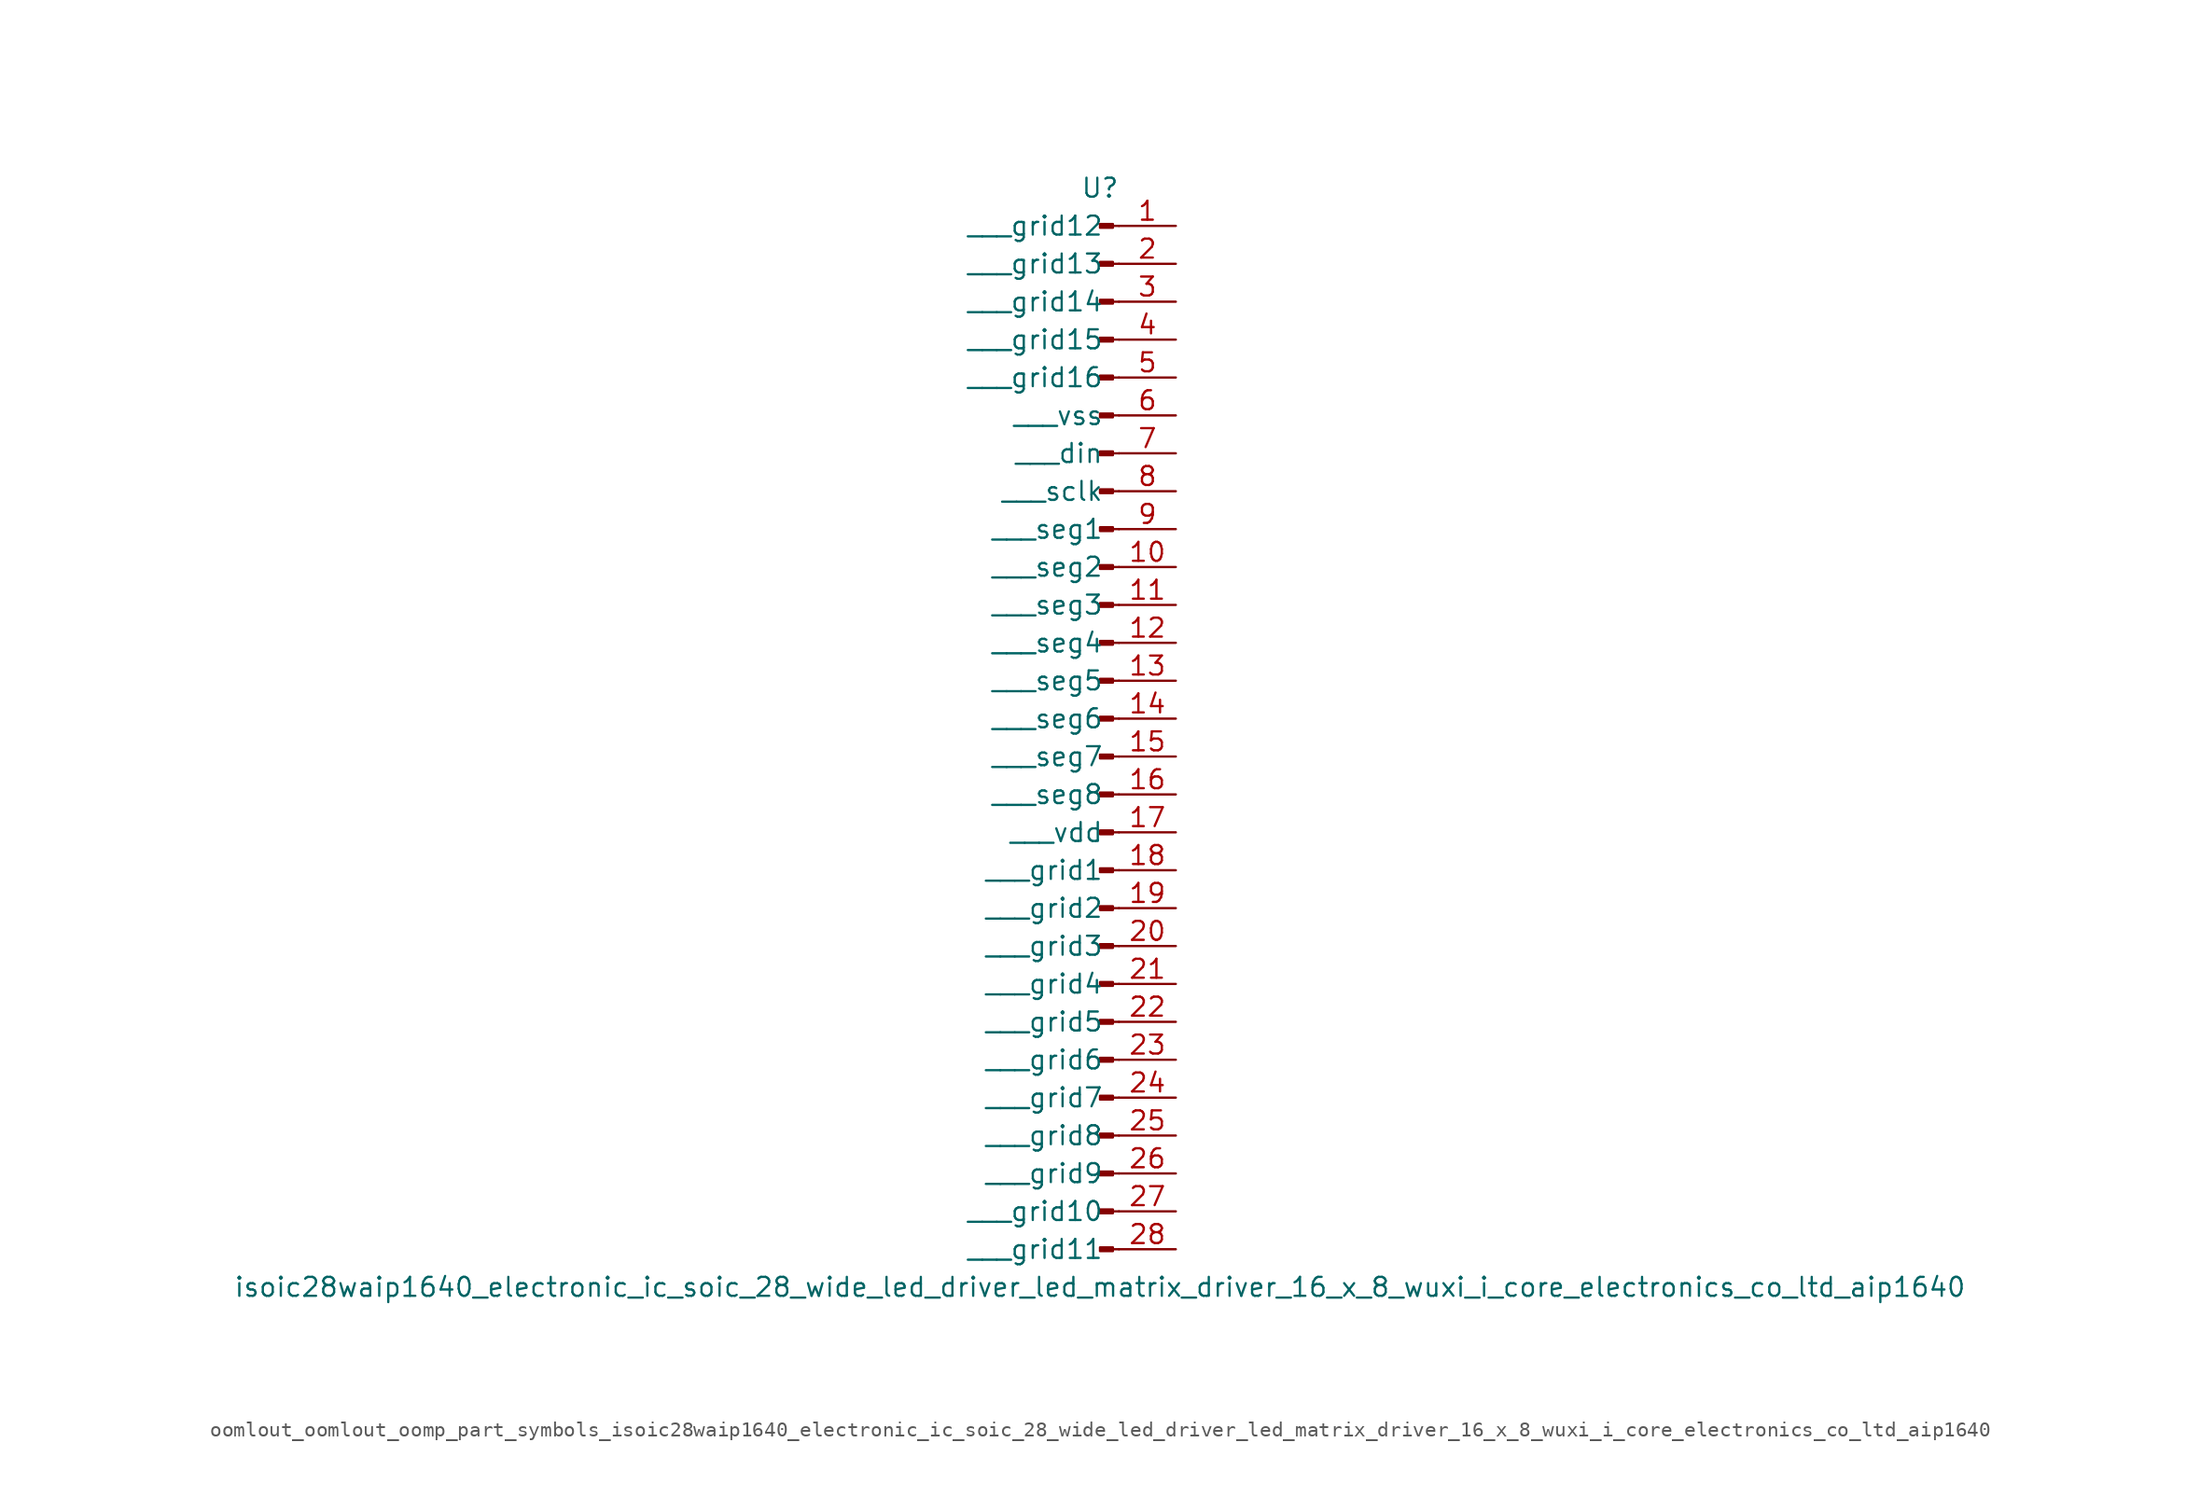
<source format=kicad_sym>
(kicad_symbol_lib
  (version 20220914)
  (generator kicad_symbol_editor)
  (symbol "oomlout_oomlout_oomp_part_symbols_isoic28waip1640_electronic_ic_soic_28_wide_led_driver_led_matrix_driver_16_x_8_wuxi_i_core_electronics_co_ltd_aip1640"
    (pin_names
      (offset 1.016))
    (property "Reference" "U"
      (at 0 35.56 0)
      (effects (font (size 1.27 1.27))))
    (property "Value" "isoic28waip1640_electronic_ic_soic_28_wide_led_driver_led_matrix_driver_16_x_8_wuxi_i_core_electronics_co_ltd_aip1640"
      (at 0 -38.1 0)
      (effects (font (size 1.27 1.27))))
    (property "ki_locked" ""
      (at 0 0 0)
      (effects (font (size 1.27 1.27))))
    (symbol "oomlout_oomlout_oomp_part_symbols_isoic28waip1640_electronic_ic_soic_28_wide_led_driver_led_matrix_driver_16_x_8_wuxi_i_core_electronics_co_ltd_aip1640_1_1"
      (polyline (pts (xy 1.27 -35.56) (xy 0.864 -35.56)) (stroke (width 0.152) (type default)) (fill (type none)))
      (polyline (pts (xy 1.27 -33.02) (xy 0.864 -33.02)) (stroke (width 0.152) (type default)) (fill (type none)))
      (polyline (pts (xy 1.27 -30.48) (xy 0.864 -30.48)) (stroke (width 0.152) (type default)) (fill (type none)))
      (polyline (pts (xy 1.27 -27.94) (xy 0.864 -27.94)) (stroke (width 0.152) (type default)) (fill (type none)))
      (polyline (pts (xy 1.27 -25.4) (xy 0.864 -25.4)) (stroke (width 0.152) (type default)) (fill (type none)))
      (polyline (pts (xy 1.27 -22.86) (xy 0.864 -22.86)) (stroke (width 0.152) (type default)) (fill (type none)))
      (polyline (pts (xy 1.27 -20.32) (xy 0.864 -20.32)) (stroke (width 0.152) (type default)) (fill (type none)))
      (polyline (pts (xy 1.27 -17.78) (xy 0.864 -17.78)) (stroke (width 0.152) (type default)) (fill (type none)))
      (polyline (pts (xy 1.27 -15.24) (xy 0.864 -15.24)) (stroke (width 0.152) (type default)) (fill (type none)))
      (polyline (pts (xy 1.27 -12.7) (xy 0.864 -12.7)) (stroke (width 0.152) (type default)) (fill (type none)))
      (polyline (pts (xy 1.27 -10.16) (xy 0.864 -10.16)) (stroke (width 0.152) (type default)) (fill (type none)))
      (polyline (pts (xy 1.27 -7.62) (xy 0.864 -7.62)) (stroke (width 0.152) (type default)) (fill (type none)))
      (polyline (pts (xy 1.27 -5.08) (xy 0.864 -5.08)) (stroke (width 0.152) (type default)) (fill (type none)))
      (polyline (pts (xy 1.27 -2.54) (xy 0.864 -2.54)) (stroke (width 0.152) (type default)) (fill (type none)))
      (polyline (pts (xy 1.27 0) (xy 0.864 0)) (stroke (width 0.152) (type default)) (fill (type none)))
      (polyline (pts (xy 1.27 2.54) (xy 0.864 2.54)) (stroke (width 0.152) (type default)) (fill (type none)))
      (polyline (pts (xy 1.27 5.08) (xy 0.864 5.08)) (stroke (width 0.152) (type default)) (fill (type none)))
      (polyline (pts (xy 1.27 7.62) (xy 0.864 7.62)) (stroke (width 0.152) (type default)) (fill (type none)))
      (polyline (pts (xy 1.27 10.16) (xy 0.864 10.16)) (stroke (width 0.152) (type default)) (fill (type none)))
      (polyline (pts (xy 1.27 12.7) (xy 0.864 12.7)) (stroke (width 0.152) (type default)) (fill (type none)))
      (polyline (pts (xy 1.27 15.24) (xy 0.864 15.24)) (stroke (width 0.152) (type default)) (fill (type none)))
      (polyline (pts (xy 1.27 17.78) (xy 0.864 17.78)) (stroke (width 0.152) (type default)) (fill (type none)))
      (polyline (pts (xy 1.27 20.32) (xy 0.864 20.32)) (stroke (width 0.152) (type default)) (fill (type none)))
      (polyline (pts (xy 1.27 22.86) (xy 0.864 22.86)) (stroke (width 0.152) (type default)) (fill (type none)))
      (polyline (pts (xy 1.27 25.4) (xy 0.864 25.4)) (stroke (width 0.152) (type default)) (fill (type none)))
      (polyline (pts (xy 1.27 27.94) (xy 0.864 27.94)) (stroke (width 0.152) (type default)) (fill (type none)))
      (polyline (pts (xy 1.27 30.48) (xy 0.864 30.48)) (stroke (width 0.152) (type default)) (fill (type none)))
      (polyline (pts (xy 1.27 33.02) (xy 0.864 33.02)) (stroke (width 0.152) (type default)) (fill (type none)))
      (rectangle (start 0.864 -35.433) (end 0 -35.687) (stroke (width 0.152) (type default)) (fill (type outline)))
      (rectangle (start 0.864 -32.893) (end 0 -33.147) (stroke (width 0.152) (type default)) (fill (type outline)))
      (rectangle (start 0.864 -30.353) (end 0 -30.607) (stroke (width 0.152) (type default)) (fill (type outline)))
      (rectangle (start 0.864 -27.813) (end 0 -28.067) (stroke (width 0.152) (type default)) (fill (type outline)))
      (rectangle (start 0.864 -25.273) (end 0 -25.527) (stroke (width 0.152) (type default)) (fill (type outline)))
      (rectangle (start 0.864 -22.733) (end 0 -22.987) (stroke (width 0.152) (type default)) (fill (type outline)))
      (rectangle (start 0.864 -20.193) (end 0 -20.447) (stroke (width 0.152) (type default)) (fill (type outline)))
      (rectangle (start 0.864 -17.653) (end 0 -17.907) (stroke (width 0.152) (type default)) (fill (type outline)))
      (rectangle (start 0.864 -15.113) (end 0 -15.367) (stroke (width 0.152) (type default)) (fill (type outline)))
      (rectangle (start 0.864 -12.573) (end 0 -12.827) (stroke (width 0.152) (type default)) (fill (type outline)))
      (rectangle (start 0.864 -10.033) (end 0 -10.287) (stroke (width 0.152) (type default)) (fill (type outline)))
      (rectangle (start 0.864 -7.493) (end 0 -7.747) (stroke (width 0.152) (type default)) (fill (type outline)))
      (rectangle (start 0.864 -4.953) (end 0 -5.207) (stroke (width 0.152) (type default)) (fill (type outline)))
      (rectangle (start 0.864 -2.413) (end 0 -2.667) (stroke (width 0.152) (type default)) (fill (type outline)))
      (rectangle (start 0.864 0.127) (end 0 -0.127) (stroke (width 0.152) (type default)) (fill (type outline)))
      (rectangle (start 0.864 2.667) (end 0 2.413) (stroke (width 0.152) (type default)) (fill (type outline)))
      (rectangle (start 0.864 5.207) (end 0 4.953) (stroke (width 0.152) (type default)) (fill (type outline)))
      (rectangle (start 0.864 7.747) (end 0 7.493) (stroke (width 0.152) (type default)) (fill (type outline)))
      (rectangle (start 0.864 10.287) (end 0 10.033) (stroke (width 0.152) (type default)) (fill (type outline)))
      (rectangle (start 0.864 12.827) (end 0 12.573) (stroke (width 0.152) (type default)) (fill (type outline)))
      (rectangle (start 0.864 15.367) (end 0 15.113) (stroke (width 0.152) (type default)) (fill (type outline)))
      (rectangle (start 0.864 17.907) (end 0 17.653) (stroke (width 0.152) (type default)) (fill (type outline)))
      (rectangle (start 0.864 20.447) (end 0 20.193) (stroke (width 0.152) (type default)) (fill (type outline)))
      (rectangle (start 0.864 22.987) (end 0 22.733) (stroke (width 0.152) (type default)) (fill (type outline)))
      (rectangle (start 0.864 25.527) (end 0 25.273) (stroke (width 0.152) (type default)) (fill (type outline)))
      (rectangle (start 0.864 28.067) (end 0 27.813) (stroke (width 0.152) (type default)) (fill (type outline)))
      (rectangle (start 0.864 30.607) (end 0 30.353) (stroke (width 0.152) (type default)) (fill (type outline)))
      (rectangle (start 0.864 33.147) (end 0 32.893) (stroke (width 0.152) (type default)) (fill (type outline)))
      (pin passive line (at 5.08 33.02 180) (length 3.81) (name "   grid12" (effects (font (size 1.27 1.27)))) (number "1" (effects (font (size 1.27 1.27)))))
      (pin passive line (at 5.08 10.16 180) (length 3.81) (name "   seg2" (effects (font (size 1.27 1.27)))) (number "10" (effects (font (size 1.27 1.27)))))
      (pin passive line (at 5.08 7.62 180) (length 3.81) (name "   seg3" (effects (font (size 1.27 1.27)))) (number "11" (effects (font (size 1.27 1.27)))))
      (pin passive line (at 5.08 5.08 180) (length 3.81) (name "   seg4" (effects (font (size 1.27 1.27)))) (number "12" (effects (font (size 1.27 1.27)))))
      (pin passive line (at 5.08 2.54 180) (length 3.81) (name "   seg5" (effects (font (size 1.27 1.27)))) (number "13" (effects (font (size 1.27 1.27)))))
      (pin passive line (at 5.08 0 180) (length 3.81) (name "   seg6" (effects (font (size 1.27 1.27)))) (number "14" (effects (font (size 1.27 1.27)))))
      (pin passive line (at 5.08 -2.54 180) (length 3.81) (name "   seg7" (effects (font (size 1.27 1.27)))) (number "15" (effects (font (size 1.27 1.27)))))
      (pin passive line (at 5.08 -5.08 180) (length 3.81) (name "   seg8" (effects (font (size 1.27 1.27)))) (number "16" (effects (font (size 1.27 1.27)))))
      (pin passive line (at 5.08 -7.62 180) (length 3.81) (name "   vdd" (effects (font (size 1.27 1.27)))) (number "17" (effects (font (size 1.27 1.27)))))
      (pin passive line (at 5.08 -10.16 180) (length 3.81) (name "   grid1" (effects (font (size 1.27 1.27)))) (number "18" (effects (font (size 1.27 1.27)))))
      (pin passive line (at 5.08 -12.7 180) (length 3.81) (name "   grid2" (effects (font (size 1.27 1.27)))) (number "19" (effects (font (size 1.27 1.27)))))
      (pin passive line (at 5.08 30.48 180) (length 3.81) (name "   grid13" (effects (font (size 1.27 1.27)))) (number "2" (effects (font (size 1.27 1.27)))))
      (pin passive line (at 5.08 -15.24 180) (length 3.81) (name "   grid3" (effects (font (size 1.27 1.27)))) (number "20" (effects (font (size 1.27 1.27)))))
      (pin passive line (at 5.08 -17.78 180) (length 3.81) (name "   grid4" (effects (font (size 1.27 1.27)))) (number "21" (effects (font (size 1.27 1.27)))))
      (pin passive line (at 5.08 -20.32 180) (length 3.81) (name "   grid5" (effects (font (size 1.27 1.27)))) (number "22" (effects (font (size 1.27 1.27)))))
      (pin passive line (at 5.08 -22.86 180) (length 3.81) (name "   grid6" (effects (font (size 1.27 1.27)))) (number "23" (effects (font (size 1.27 1.27)))))
      (pin passive line (at 5.08 -25.4 180) (length 3.81) (name "   grid7" (effects (font (size 1.27 1.27)))) (number "24" (effects (font (size 1.27 1.27)))))
      (pin passive line (at 5.08 -27.94 180) (length 3.81) (name "   grid8" (effects (font (size 1.27 1.27)))) (number "25" (effects (font (size 1.27 1.27)))))
      (pin passive line (at 5.08 -30.48 180) (length 3.81) (name "   grid9" (effects (font (size 1.27 1.27)))) (number "26" (effects (font (size 1.27 1.27)))))
      (pin passive line (at 5.08 -33.02 180) (length 3.81) (name "   grid10" (effects (font (size 1.27 1.27)))) (number "27" (effects (font (size 1.27 1.27)))))
      (pin passive line (at 5.08 -35.56 180) (length 3.81) (name "   grid11" (effects (font (size 1.27 1.27)))) (number "28" (effects (font (size 1.27 1.27)))))
      (pin passive line (at 5.08 27.94 180) (length 3.81) (name "   grid14" (effects (font (size 1.27 1.27)))) (number "3" (effects (font (size 1.27 1.27)))))
      (pin passive line (at 5.08 25.4 180) (length 3.81) (name "   grid15" (effects (font (size 1.27 1.27)))) (number "4" (effects (font (size 1.27 1.27)))))
      (pin passive line (at 5.08 22.86 180) (length 3.81) (name "   grid16" (effects (font (size 1.27 1.27)))) (number "5" (effects (font (size 1.27 1.27)))))
      (pin passive line (at 5.08 20.32 180) (length 3.81) (name "   vss" (effects (font (size 1.27 1.27)))) (number "6" (effects (font (size 1.27 1.27)))))
      (pin passive line (at 5.08 17.78 180) (length 3.81) (name "   din" (effects (font (size 1.27 1.27)))) (number "7" (effects (font (size 1.27 1.27)))))
      (pin passive line (at 5.08 15.24 180) (length 3.81) (name "   sclk" (effects (font (size 1.27 1.27)))) (number "8" (effects (font (size 1.27 1.27)))))
      (pin passive line (at 5.08 12.7 180) (length 3.81) (name "   seg1" (effects (font (size 1.27 1.27)))) (number "9" (effects (font (size 1.27 1.27))))))))
</source>
